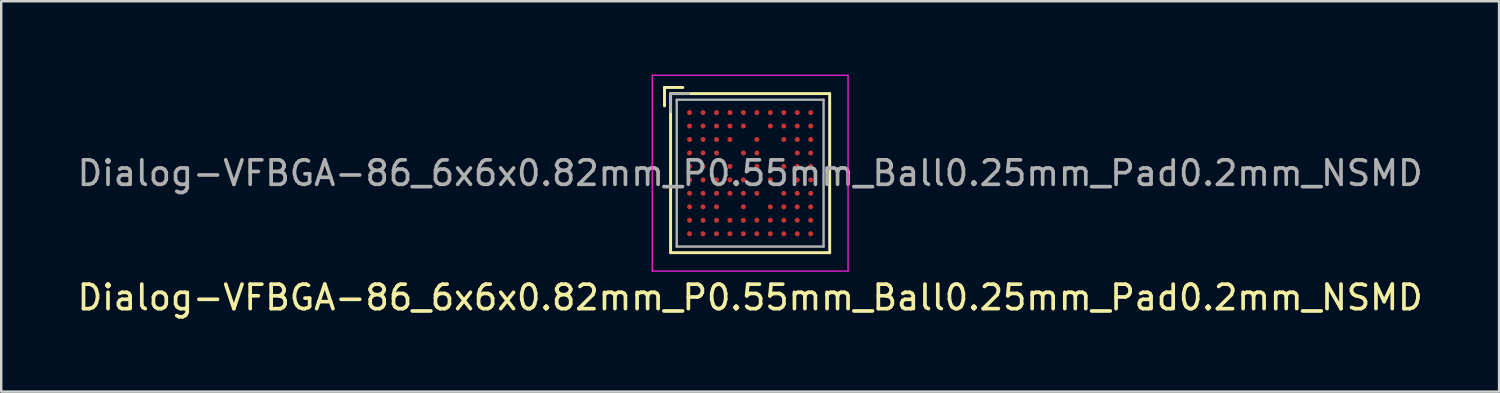
<source format=kicad_pcb>
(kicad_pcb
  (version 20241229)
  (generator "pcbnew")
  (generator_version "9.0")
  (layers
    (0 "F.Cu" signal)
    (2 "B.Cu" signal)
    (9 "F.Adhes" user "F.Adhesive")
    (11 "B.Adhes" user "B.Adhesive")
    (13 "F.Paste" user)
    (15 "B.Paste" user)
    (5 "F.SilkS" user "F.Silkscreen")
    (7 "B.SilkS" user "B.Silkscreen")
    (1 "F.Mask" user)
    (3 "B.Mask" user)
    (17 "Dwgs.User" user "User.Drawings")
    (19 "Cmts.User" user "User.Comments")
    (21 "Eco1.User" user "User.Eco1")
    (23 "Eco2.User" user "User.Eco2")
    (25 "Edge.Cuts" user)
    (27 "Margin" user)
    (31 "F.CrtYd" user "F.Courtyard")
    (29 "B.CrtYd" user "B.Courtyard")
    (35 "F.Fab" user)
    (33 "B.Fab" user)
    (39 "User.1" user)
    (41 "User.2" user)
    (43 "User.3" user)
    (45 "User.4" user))
  (footprint "Dialog-VFBGA-86_6x6x0.82mm_P0.55mm_Ball0.25mm_Pad0.2mm_NSMD"
    (layer "F.Cu")
    (at 27.601 4.025)
    (property "Reference" "Dialog-VFBGA-86_6x6x0.82mm_P0.55mm_Ball0.25mm_Pad0.2mm_NSMD" (at 0 5.08 0) (layer "F.SilkS") (effects (font (size 1 1) (thickness 0.15))))
    (attr smd)
    (fp_line (start -3.5 -3.5) (end -3.5 -2.75) (stroke (width 0.12) (type solid)) (layer "F.SilkS"))
    (fp_line (start -3.25 -3.25) (end 3.25 -3.25) (stroke (width 0.12) (type solid)) (layer "F.SilkS"))
    (fp_line (start -3.25 3.25) (end -3.25 -3.25) (stroke (width 0.12) (type solid)) (layer "F.SilkS"))
    (fp_line (start -2.75 -3.5) (end -3.5 -3.5) (stroke (width 0.12) (type solid)) (layer "F.SilkS"))
    (fp_line (start 3.25 -3.25) (end 3.25 3.25) (stroke (width 0.12) (type solid)) (layer "F.SilkS"))
    (fp_line (start 3.25 3.25) (end -3.25 3.25) (stroke (width 0.12) (type solid)) (layer "F.SilkS"))
    (fp_line (start -4 -4) (end 4 -4) (stroke (width 0.05) (type solid)) (layer "F.CrtYd"))
    (fp_line (start -4 4) (end -4 -4) (stroke (width 0.05) (type solid)) (layer "F.CrtYd"))
    (fp_line (start 4 -4) (end 4 4) (stroke (width 0.05) (type solid)) (layer "F.CrtYd"))
    (fp_line (start 4 4) (end -4 4) (stroke (width 0.05) (type solid)) (layer "F.CrtYd"))
    (fp_line (start -3.25 -3.25) (end -3.25 -2.5) (stroke (width 0.1) (type solid)) (layer "F.Fab"))
    (fp_line (start -3 -3) (end 3 -3) (stroke (width 0.1) (type solid)) (layer "F.Fab"))
    (fp_line (start -3 3) (end -3 -3) (stroke (width 0.1) (type solid)) (layer "F.Fab"))
    (fp_line (start -2.5 -3.25) (end -3.25 -3.25) (stroke (width 0.1) (type solid)) (layer "F.Fab"))
    (fp_line (start 3 -3) (end 3 3) (stroke (width 0.1) (type solid)) (layer "F.Fab"))
    (fp_line (start 3 3) (end -3 3) (stroke (width 0.1) (type solid)) (layer "F.Fab"))
    (fp_text user "${REFERENCE}" (at 0 0 0) (layer "F.Fab") (effects (font (size 1 1) (thickness 0.15))))
    (pad "A1" smd circle (at -2.475 -2.475) (size 0.205 0.205) (layers "F.Cu" "F.Mask" "F.Paste"))
    (pad "A2" smd circle (at -1.925 -2.475) (size 0.205 0.205) (layers "F.Cu" "F.Mask" "F.Paste"))
    (pad "A3" smd circle (at -1.375 -2.475) (size 0.205 0.205) (layers "F.Cu" "F.Mask" "F.Paste"))
    (pad "A4" smd circle (at -0.825 -2.475) (size 0.205 0.205) (layers "F.Cu" "F.Mask" "F.Paste"))
    (pad "A5" smd circle (at -0.275 -2.475) (size 0.205 0.205) (layers "F.Cu" "F.Mask" "F.Paste"))
    (pad "A6" smd circle (at 0.275 -2.475) (size 0.205 0.205) (layers "F.Cu" "F.Mask" "F.Paste"))
    (pad "A7" smd circle (at 0.825 -2.475) (size 0.205 0.205) (layers "F.Cu" "F.Mask" "F.Paste"))
    (pad "A8" smd circle (at 1.375 -2.475) (size 0.205 0.205) (layers "F.Cu" "F.Mask" "F.Paste"))
    (pad "A9" smd circle (at 1.925 -2.475) (size 0.205 0.205) (layers "F.Cu" "F.Mask" "F.Paste"))
    (pad "A10" smd circle (at 2.475 -2.475) (size 0.205 0.205) (layers "F.Cu" "F.Mask" "F.Paste"))
    (pad "B1" smd circle (at -2.475 -1.925) (size 0.205 0.205) (layers "F.Cu" "F.Mask" "F.Paste"))
    (pad "B2" smd circle (at -1.925 -1.925) (size 0.205 0.205) (layers "F.Cu" "F.Mask" "F.Paste"))
    (pad "B3" smd circle (at -1.375 -1.925) (size 0.205 0.205) (layers "F.Cu" "F.Mask" "F.Paste"))
    (pad "B4" smd circle (at -0.825 -1.925) (size 0.205 0.205) (layers "F.Cu" "F.Mask" "F.Paste"))
    (pad "B5" smd circle (at -0.275 -1.925) (size 0.205 0.205) (layers "F.Cu" "F.Mask" "F.Paste"))
    (pad "B7" smd circle (at 0.825 -1.925) (size 0.205 0.205) (layers "F.Cu" "F.Mask" "F.Paste"))
    (pad "B8" smd circle (at 1.375 -1.925) (size 0.205 0.205) (layers "F.Cu" "F.Mask" "F.Paste"))
    (pad "B9" smd circle (at 1.925 -1.925) (size 0.205 0.205) (layers "F.Cu" "F.Mask" "F.Paste"))
    (pad "B10" smd circle (at 2.475 -1.925) (size 0.205 0.205) (layers "F.Cu" "F.Mask" "F.Paste"))
    (pad "C1" smd circle (at -2.475 -1.375) (size 0.205 0.205) (layers "F.Cu" "F.Mask" "F.Paste"))
    (pad "C2" smd circle (at -1.925 -1.375) (size 0.205 0.205) (layers "F.Cu" "F.Mask" "F.Paste"))
    (pad "C3" smd circle (at -1.375 -1.375) (size 0.205 0.205) (layers "F.Cu" "F.Mask" "F.Paste"))
    (pad "C4" smd circle (at -0.825 -1.375) (size 0.205 0.205) (layers "F.Cu" "F.Mask" "F.Paste"))
    (pad "C6" smd circle (at 0.275 -1.375) (size 0.205 0.205) (layers "F.Cu" "F.Mask" "F.Paste"))
    (pad "C8" smd circle (at 1.375 -1.375) (size 0.205 0.205) (layers "F.Cu" "F.Mask" "F.Paste"))
    (pad "C9" smd circle (at 1.925 -1.375) (size 0.205 0.205) (layers "F.Cu" "F.Mask" "F.Paste"))
    (pad "C10" smd circle (at 2.475 -1.375) (size 0.205 0.205) (layers "F.Cu" "F.Mask" "F.Paste"))
    (pad "D1" smd circle (at -2.475 -0.825) (size 0.205 0.205) (layers "F.Cu" "F.Mask" "F.Paste"))
    (pad "D2" smd circle (at -1.925 -0.825) (size 0.205 0.205) (layers "F.Cu" "F.Mask" "F.Paste"))
    (pad "D3" smd circle (at -1.375 -0.825) (size 0.205 0.205) (layers "F.Cu" "F.Mask" "F.Paste"))
    (pad "D5" smd circle (at -0.275 -0.825) (size 0.205 0.205) (layers "F.Cu" "F.Mask" "F.Paste"))
    (pad "D6" smd circle (at 0.275 -0.825) (size 0.205 0.205) (layers "F.Cu" "F.Mask" "F.Paste"))
    (pad "D9" smd circle (at 1.925 -0.825) (size 0.205 0.205) (layers "F.Cu" "F.Mask" "F.Paste"))
    (pad "D10" smd circle (at 2.475 -0.825) (size 0.205 0.205) (layers "F.Cu" "F.Mask" "F.Paste"))
    (pad "E1" smd circle (at -2.475 -0.275) (size 0.205 0.205) (layers "F.Cu" "F.Mask" "F.Paste"))
    (pad "E2" smd circle (at -1.925 -0.275) (size 0.205 0.205) (layers "F.Cu" "F.Mask" "F.Paste"))
    (pad "E4" smd circle (at -0.825 -0.275) (size 0.205 0.205) (layers "F.Cu" "F.Mask" "F.Paste"))
    (pad "E6" smd circle (at 0.275 -0.275) (size 0.205 0.205) (layers "F.Cu" "F.Mask" "F.Paste"))
    (pad "E8" smd circle (at 1.375 -0.275) (size 0.205 0.205) (layers "F.Cu" "F.Mask" "F.Paste"))
    (pad "E9" smd circle (at 1.925 -0.275) (size 0.205 0.205) (layers "F.Cu" "F.Mask" "F.Paste"))
    (pad "E10" smd circle (at 2.475 -0.275) (size 0.205 0.205) (layers "F.Cu" "F.Mask" "F.Paste"))
    (pad "F1" smd circle (at -2.475 0.275) (size 0.205 0.205) (layers "F.Cu" "F.Mask" "F.Paste"))
    (pad "F2" smd circle (at -1.925 0.275) (size 0.205 0.205) (layers "F.Cu" "F.Mask" "F.Paste"))
    (pad "F3" smd circle (at -1.375 0.275) (size 0.205 0.205) (layers "F.Cu" "F.Mask" "F.Paste"))
    (pad "F4" smd circle (at -0.825 0.275) (size 0.205 0.205) (layers "F.Cu" "F.Mask" "F.Paste"))
    (pad "F5" smd circle (at -0.275 0.275) (size 0.205 0.205) (layers "F.Cu" "F.Mask" "F.Paste"))
    (pad "F7" smd circle (at 0.825 0.275) (size 0.205 0.205) (layers "F.Cu" "F.Mask" "F.Paste"))
    (pad "F9" smd circle (at 1.925 0.275) (size 0.205 0.205) (layers "F.Cu" "F.Mask" "F.Paste"))
    (pad "F10" smd circle (at 2.475 0.275) (size 0.205 0.205) (layers "F.Cu" "F.Mask" "F.Paste"))
    (pad "G1" smd circle (at -2.475 0.825) (size 0.205 0.205) (layers "F.Cu" "F.Mask" "F.Paste"))
    (pad "G2" smd circle (at -1.925 0.825) (size 0.205 0.205) (layers "F.Cu" "F.Mask" "F.Paste"))
    (pad "G3" smd circle (at -1.375 0.825) (size 0.205 0.205) (layers "F.Cu" "F.Mask" "F.Paste"))
    (pad "G4" smd circle (at -0.825 0.825) (size 0.205 0.205) (layers "F.Cu" "F.Mask" "F.Paste"))
    (pad "G5" smd circle (at -0.275 0.825) (size 0.205 0.205) (layers "F.Cu" "F.Mask" "F.Paste"))
    (pad "G6" smd circle (at 0.275 0.825) (size 0.205 0.205) (layers "F.Cu" "F.Mask" "F.Paste"))
    (pad "G8" smd circle (at 1.375 0.825) (size 0.205 0.205) (layers "F.Cu" "F.Mask" "F.Paste"))
    (pad "G9" smd circle (at 1.925 0.825) (size 0.205 0.205) (layers "F.Cu" "F.Mask" "F.Paste"))
    (pad "G10" smd circle (at 2.475 0.825) (size 0.205 0.205) (layers "F.Cu" "F.Mask" "F.Paste"))
    (pad "H1" smd circle (at -2.475 1.375) (size 0.205 0.205) (layers "F.Cu" "F.Mask" "F.Paste"))
    (pad "H2" smd circle (at -1.925 1.375) (size 0.205 0.205) (layers "F.Cu" "F.Mask" "F.Paste"))
    (pad "H3" smd circle (at -1.375 1.375) (size 0.205 0.205) (layers "F.Cu" "F.Mask" "F.Paste"))
    (pad "H5" smd circle (at -0.275 1.375) (size 0.205 0.205) (layers "F.Cu" "F.Mask" "F.Paste"))
    (pad "H7" smd circle (at 0.825 1.375) (size 0.205 0.205) (layers "F.Cu" "F.Mask" "F.Paste"))
    (pad "H8" smd circle (at 1.375 1.375) (size 0.205 0.205) (layers "F.Cu" "F.Mask" "F.Paste"))
    (pad "H9" smd circle (at 1.925 1.375) (size 0.205 0.205) (layers "F.Cu" "F.Mask" "F.Paste"))
    (pad "H10" smd circle (at 2.475 1.375) (size 0.205 0.205) (layers "F.Cu" "F.Mask" "F.Paste"))
    (pad "J1" smd circle (at -2.475 1.925) (size 0.205 0.205) (layers "F.Cu" "F.Mask" "F.Paste"))
    (pad "J2" smd circle (at -1.925 1.925) (size 0.205 0.205) (layers "F.Cu" "F.Mask" "F.Paste"))
    (pad "J3" smd circle (at -1.375 1.925) (size 0.205 0.205) (layers "F.Cu" "F.Mask" "F.Paste"))
    (pad "J4" smd circle (at -0.825 1.925) (size 0.205 0.205) (layers "F.Cu" "F.Mask" "F.Paste"))
    (pad "J5" smd circle (at -0.275 1.925) (size 0.205 0.205) (layers "F.Cu" "F.Mask" "F.Paste"))
    (pad "J6" smd circle (at 0.275 1.925) (size 0.205 0.205) (layers "F.Cu" "F.Mask" "F.Paste"))
    (pad "J7" smd circle (at 0.825 1.925) (size 0.205 0.205) (layers "F.Cu" "F.Mask" "F.Paste"))
    (pad "J8" smd circle (at 1.375 1.925) (size 0.205 0.205) (layers "F.Cu" "F.Mask" "F.Paste"))
    (pad "J9" smd circle (at 1.925 1.925) (size 0.205 0.205) (layers "F.Cu" "F.Mask" "F.Paste"))
    (pad "J10" smd circle (at 2.475 1.925) (size 0.205 0.205) (layers "F.Cu" "F.Mask" "F.Paste"))
    (pad "K1" smd circle (at -2.475 2.475) (size 0.205 0.205) (layers "F.Cu" "F.Mask" "F.Paste"))
    (pad "K2" smd circle (at -1.925 2.475) (size 0.205 0.205) (layers "F.Cu" "F.Mask" "F.Paste"))
    (pad "K3" smd circle (at -1.375 2.475) (size 0.205 0.205) (layers "F.Cu" "F.Mask" "F.Paste"))
    (pad "K4" smd circle (at -0.825 2.475) (size 0.205 0.205) (layers "F.Cu" "F.Mask" "F.Paste"))
    (pad "K5" smd circle (at -0.275 2.475) (size 0.205 0.205) (layers "F.Cu" "F.Mask" "F.Paste"))
    (pad "K6" smd circle (at 0.275 2.475) (size 0.205 0.205) (layers "F.Cu" "F.Mask" "F.Paste"))
    (pad "K7" smd circle (at 0.825 2.475) (size 0.205 0.205) (layers "F.Cu" "F.Mask" "F.Paste"))
    (pad "K8" smd circle (at 1.375 2.475) (size 0.205 0.205) (layers "F.Cu" "F.Mask" "F.Paste"))
    (pad "K9" smd circle (at 1.925 2.475) (size 0.205 0.205) (layers "F.Cu" "F.Mask" "F.Paste"))
    (pad "K10" smd circle (at 2.475 2.475) (size 0.205 0.205) (layers "F.Cu" "F.Mask" "F.Paste")))
  (gr_rect
    (start -3 -3)
    (end 58.202 12.953)
    (stroke (width 0.1) (type default))
    (fill no)
    (layer "Edge.Cuts")))
</source>
